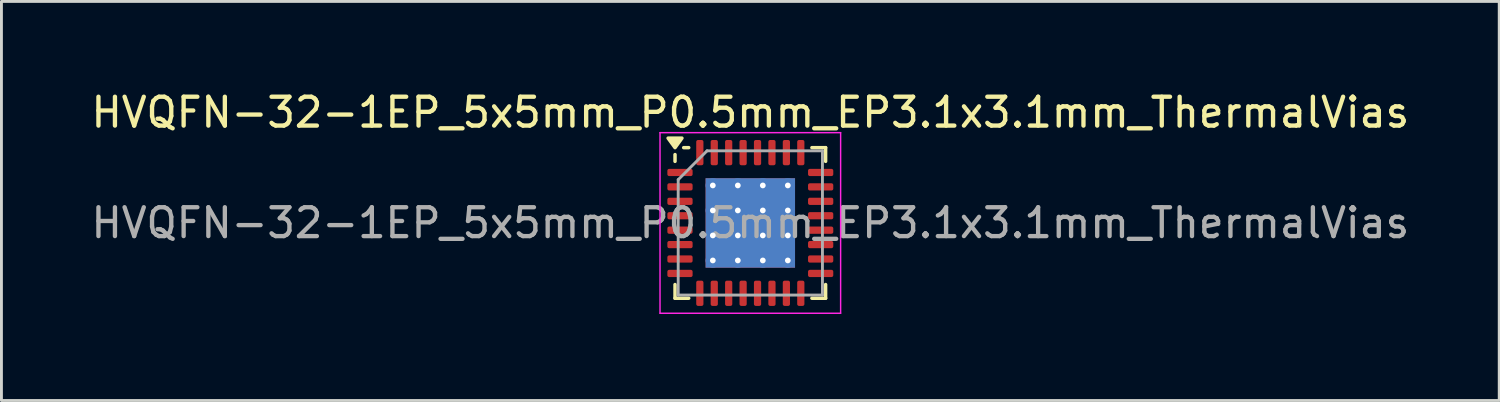
<source format=kicad_pcb>
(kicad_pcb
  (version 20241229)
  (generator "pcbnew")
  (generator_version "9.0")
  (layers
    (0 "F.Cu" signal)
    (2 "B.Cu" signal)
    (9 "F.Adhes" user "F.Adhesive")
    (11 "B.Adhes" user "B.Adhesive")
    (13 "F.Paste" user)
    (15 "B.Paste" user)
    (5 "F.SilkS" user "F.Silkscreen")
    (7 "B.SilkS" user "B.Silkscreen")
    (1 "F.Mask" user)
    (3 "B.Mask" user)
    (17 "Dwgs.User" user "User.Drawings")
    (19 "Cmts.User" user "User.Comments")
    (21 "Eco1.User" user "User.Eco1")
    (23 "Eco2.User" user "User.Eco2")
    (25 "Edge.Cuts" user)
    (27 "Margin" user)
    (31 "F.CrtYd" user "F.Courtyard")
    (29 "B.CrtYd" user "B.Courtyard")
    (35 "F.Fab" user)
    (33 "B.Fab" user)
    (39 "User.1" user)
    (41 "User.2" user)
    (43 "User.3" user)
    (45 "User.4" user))
  (footprint "HVQFN-32-1EP_5x5mm_P0.5mm_EP3.1x3.1mm_ThermalVias"
    (layer "F.Cu")
    (at 22.958 4.678)
    (property "Reference" "HVQFN-32-1EP_5x5mm_P0.5mm_EP3.1x3.1mm_ThermalVias" (at 0 -3.83 0) (layer "F.SilkS") (effects (font (size 1 1) (thickness 0.15))))
    (attr smd)
    (fp_line (start -2.61 -2.135) (end -2.61 -2.37) (stroke (width 0.12) (type solid)) (layer "F.SilkS"))
    (fp_line (start -2.61 2.61) (end -2.61 2.135) (stroke (width 0.12) (type solid)) (layer "F.SilkS"))
    (fp_line (start -2.135 -2.61) (end -2.31 -2.61) (stroke (width 0.12) (type solid)) (layer "F.SilkS"))
    (fp_line (start -2.135 2.61) (end -2.61 2.61) (stroke (width 0.12) (type solid)) (layer "F.SilkS"))
    (fp_line (start 2.135 -2.61) (end 2.61 -2.61) (stroke (width 0.12) (type solid)) (layer "F.SilkS"))
    (fp_line (start 2.135 2.61) (end 2.61 2.61) (stroke (width 0.12) (type solid)) (layer "F.SilkS"))
    (fp_line (start 2.61 -2.61) (end 2.61 -2.135) (stroke (width 0.12) (type solid)) (layer "F.SilkS"))
    (fp_line (start 2.61 2.61) (end 2.61 2.135) (stroke (width 0.12) (type solid)) (layer "F.SilkS"))
    (fp_poly (pts (xy -2.61 -2.61) (xy -2.85 -2.94) (xy -2.37 -2.94) (xy -2.61 -2.61)) (stroke (width 0.12) (type solid)) (fill yes) (layer "F.SilkS"))
    (fp_line (start -3.13 -3.13) (end -3.13 3.13) (stroke (width 0.05) (type solid)) (layer "F.CrtYd"))
    (fp_line (start -3.13 3.13) (end 3.13 3.13) (stroke (width 0.05) (type solid)) (layer "F.CrtYd"))
    (fp_line (start 3.13 -3.13) (end -3.13 -3.13) (stroke (width 0.05) (type solid)) (layer "F.CrtYd"))
    (fp_line (start 3.13 3.13) (end 3.13 -3.13) (stroke (width 0.05) (type solid)) (layer "F.CrtYd"))
    (fp_line (start -2.5 -1.5) (end -1.5 -2.5) (stroke (width 0.1) (type solid)) (layer "F.Fab"))
    (fp_line (start -2.5 2.5) (end -2.5 -1.5) (stroke (width 0.1) (type solid)) (layer "F.Fab"))
    (fp_line (start -1.5 -2.5) (end 2.5 -2.5) (stroke (width 0.1) (type solid)) (layer "F.Fab"))
    (fp_line (start 2.5 -2.5) (end 2.5 2.5) (stroke (width 0.1) (type solid)) (layer "F.Fab"))
    (fp_line (start 2.5 2.5) (end -2.5 2.5) (stroke (width 0.1) (type solid)) (layer "F.Fab"))
    (fp_text user "${REFERENCE}" (at 0 0 0) (layer "F.Fab") (effects (font (size 1 1) (thickness 0.15))))
    (pad "" smd custom (at -0.867 -0.867) (size 0.637 0.637) (layers "F.Paste") (options (anchor circle)) (primitives (gr_poly (pts (xy -0.254 -0.147) (xy -0.147 -0.254) (xy 0.147 -0.254) (xy 0.254 -0.147) (xy 0.254 0.147) (xy 0.147 0.254) (xy -0.147 0.254) (xy -0.254 0.147)) (width 0.258) (fill yes))))
    (pad "" smd custom (at -0.867 0) (size 0.637 0.637) (layers "F.Paste") (options (anchor circle)) (primitives (gr_poly (pts (xy -0.254 -0.147) (xy -0.147 -0.254) (xy 0.147 -0.254) (xy 0.254 -0.147) (xy 0.254 0.147) (xy 0.147 0.254) (xy -0.147 0.254) (xy -0.254 0.147)) (width 0.258) (fill yes))))
    (pad "" smd custom (at -0.867 0.867) (size 0.637 0.637) (layers "F.Paste") (options (anchor circle)) (primitives (gr_poly (pts (xy -0.254 -0.147) (xy -0.147 -0.254) (xy 0.147 -0.254) (xy 0.254 -0.147) (xy 0.254 0.147) (xy 0.147 0.254) (xy -0.147 0.254) (xy -0.254 0.147)) (width 0.258) (fill yes))))
    (pad "" smd custom (at 0 -0.867) (size 0.637 0.637) (layers "F.Paste") (options (anchor circle)) (primitives (gr_poly (pts (xy -0.254 -0.147) (xy -0.147 -0.254) (xy 0.147 -0.254) (xy 0.254 -0.147) (xy 0.254 0.147) (xy 0.147 0.254) (xy -0.147 0.254) (xy -0.254 0.147)) (width 0.258) (fill yes))))
    (pad "" smd custom (at 0 0) (size 0.637 0.637) (layers "F.Paste") (options (anchor circle)) (primitives (gr_poly (pts (xy -0.254 -0.147) (xy -0.147 -0.254) (xy 0.147 -0.254) (xy 0.254 -0.147) (xy 0.254 0.147) (xy 0.147 0.254) (xy -0.147 0.254) (xy -0.254 0.147)) (width 0.258) (fill yes))))
    (pad "" smd custom (at 0 0.867) (size 0.637 0.637) (layers "F.Paste") (options (anchor circle)) (primitives (gr_poly (pts (xy -0.254 -0.147) (xy -0.147 -0.254) (xy 0.147 -0.254) (xy 0.254 -0.147) (xy 0.254 0.147) (xy 0.147 0.254) (xy -0.147 0.254) (xy -0.254 0.147)) (width 0.258) (fill yes))))
    (pad "" smd custom (at 0.867 -0.867) (size 0.637 0.637) (layers "F.Paste") (options (anchor circle)) (primitives (gr_poly (pts (xy -0.254 -0.147) (xy -0.147 -0.254) (xy 0.147 -0.254) (xy 0.254 -0.147) (xy 0.254 0.147) (xy 0.147 0.254) (xy -0.147 0.254) (xy -0.254 0.147)) (width 0.258) (fill yes))))
    (pad "" smd custom (at 0.867 0) (size 0.637 0.637) (layers "F.Paste") (options (anchor circle)) (primitives (gr_poly (pts (xy -0.254 -0.147) (xy -0.147 -0.254) (xy 0.147 -0.254) (xy 0.254 -0.147) (xy 0.254 0.147) (xy 0.147 0.254) (xy -0.147 0.254) (xy -0.254 0.147)) (width 0.258) (fill yes))))
    (pad "" smd custom (at 0.867 0.867) (size 0.637 0.637) (layers "F.Paste") (options (anchor circle)) (primitives (gr_poly (pts (xy -0.254 -0.147) (xy -0.147 -0.254) (xy 0.147 -0.254) (xy 0.254 -0.147) (xy 0.254 0.147) (xy 0.147 0.254) (xy -0.147 0.254) (xy -0.254 0.147)) (width 0.258) (fill yes))))
    (pad "1" smd roundrect (at -2.438 -1.75) (size 0.875 0.25) (layers "F.Cu" "F.Mask" "F.Paste") (roundrect_rratio 0.25))
    (pad "2" smd roundrect (at -2.438 -1.25) (size 0.875 0.25) (layers "F.Cu" "F.Mask" "F.Paste") (roundrect_rratio 0.25))
    (pad "3" smd roundrect (at -2.438 -0.75) (size 0.875 0.25) (layers "F.Cu" "F.Mask" "F.Paste") (roundrect_rratio 0.25))
    (pad "4" smd roundrect (at -2.438 -0.25) (size 0.875 0.25) (layers "F.Cu" "F.Mask" "F.Paste") (roundrect_rratio 0.25))
    (pad "5" smd roundrect (at -2.438 0.25) (size 0.875 0.25) (layers "F.Cu" "F.Mask" "F.Paste") (roundrect_rratio 0.25))
    (pad "6" smd roundrect (at -2.438 0.75) (size 0.875 0.25) (layers "F.Cu" "F.Mask" "F.Paste") (roundrect_rratio 0.25))
    (pad "7" smd roundrect (at -2.438 1.25) (size 0.875 0.25) (layers "F.Cu" "F.Mask" "F.Paste") (roundrect_rratio 0.25))
    (pad "8" smd roundrect (at -2.438 1.75) (size 0.875 0.25) (layers "F.Cu" "F.Mask" "F.Paste") (roundrect_rratio 0.25))
    (pad "9" smd roundrect (at -1.75 2.438) (size 0.25 0.875) (layers "F.Cu" "F.Mask" "F.Paste") (roundrect_rratio 0.25))
    (pad "10" smd roundrect (at -1.25 2.438) (size 0.25 0.875) (layers "F.Cu" "F.Mask" "F.Paste") (roundrect_rratio 0.25))
    (pad "11" smd roundrect (at -0.75 2.438) (size 0.25 0.875) (layers "F.Cu" "F.Mask" "F.Paste") (roundrect_rratio 0.25))
    (pad "12" smd roundrect (at -0.25 2.438) (size 0.25 0.875) (layers "F.Cu" "F.Mask" "F.Paste") (roundrect_rratio 0.25))
    (pad "13" smd roundrect (at 0.25 2.438) (size 0.25 0.875) (layers "F.Cu" "F.Mask" "F.Paste") (roundrect_rratio 0.25))
    (pad "14" smd roundrect (at 0.75 2.438) (size 0.25 0.875) (layers "F.Cu" "F.Mask" "F.Paste") (roundrect_rratio 0.25))
    (pad "15" smd roundrect (at 1.25 2.438) (size 0.25 0.875) (layers "F.Cu" "F.Mask" "F.Paste") (roundrect_rratio 0.25))
    (pad "16" smd roundrect (at 1.75 2.438) (size 0.25 0.875) (layers "F.Cu" "F.Mask" "F.Paste") (roundrect_rratio 0.25))
    (pad "17" smd roundrect (at 2.438 1.75) (size 0.875 0.25) (layers "F.Cu" "F.Mask" "F.Paste") (roundrect_rratio 0.25))
    (pad "18" smd roundrect (at 2.438 1.25) (size 0.875 0.25) (layers "F.Cu" "F.Mask" "F.Paste") (roundrect_rratio 0.25))
    (pad "19" smd roundrect (at 2.438 0.75) (size 0.875 0.25) (layers "F.Cu" "F.Mask" "F.Paste") (roundrect_rratio 0.25))
    (pad "20" smd roundrect (at 2.438 0.25) (size 0.875 0.25) (layers "F.Cu" "F.Mask" "F.Paste") (roundrect_rratio 0.25))
    (pad "21" smd roundrect (at 2.438 -0.25) (size 0.875 0.25) (layers "F.Cu" "F.Mask" "F.Paste") (roundrect_rratio 0.25))
    (pad "22" smd roundrect (at 2.438 -0.75) (size 0.875 0.25) (layers "F.Cu" "F.Mask" "F.Paste") (roundrect_rratio 0.25))
    (pad "23" smd roundrect (at 2.438 -1.25) (size 0.875 0.25) (layers "F.Cu" "F.Mask" "F.Paste") (roundrect_rratio 0.25))
    (pad "24" smd roundrect (at 2.438 -1.75) (size 0.875 0.25) (layers "F.Cu" "F.Mask" "F.Paste") (roundrect_rratio 0.25))
    (pad "25" smd roundrect (at 1.75 -2.438) (size 0.25 0.875) (layers "F.Cu" "F.Mask" "F.Paste") (roundrect_rratio 0.25))
    (pad "26" smd roundrect (at 1.25 -2.438) (size 0.25 0.875) (layers "F.Cu" "F.Mask" "F.Paste") (roundrect_rratio 0.25))
    (pad "27" smd roundrect (at 0.75 -2.438) (size 0.25 0.875) (layers "F.Cu" "F.Mask" "F.Paste") (roundrect_rratio 0.25))
    (pad "28" smd roundrect (at 0.25 -2.438) (size 0.25 0.875) (layers "F.Cu" "F.Mask" "F.Paste") (roundrect_rratio 0.25))
    (pad "29" smd roundrect (at -0.25 -2.438) (size 0.25 0.875) (layers "F.Cu" "F.Mask" "F.Paste") (roundrect_rratio 0.25))
    (pad "30" smd roundrect (at -0.75 -2.438) (size 0.25 0.875) (layers "F.Cu" "F.Mask" "F.Paste") (roundrect_rratio 0.25))
    (pad "31" smd roundrect (at -1.25 -2.438) (size 0.25 0.875) (layers "F.Cu" "F.Mask" "F.Paste") (roundrect_rratio 0.25))
    (pad "32" smd roundrect (at -1.75 -2.438) (size 0.25 0.875) (layers "F.Cu" "F.Mask" "F.Paste") (roundrect_rratio 0.25))
    (pad "33" thru_hole circle (at -1.3 -1.3) (size 0.5 0.5) (drill 0.2) (property pad_prop_heatsink) (layers "*.Cu"))
    (pad "33" thru_hole circle (at -1.3 -0.433) (size 0.5 0.5) (drill 0.2) (property pad_prop_heatsink) (layers "*.Cu"))
    (pad "33" thru_hole circle (at -1.3 0.433) (size 0.5 0.5) (drill 0.2) (property pad_prop_heatsink) (layers "*.Cu"))
    (pad "33" thru_hole circle (at -1.3 1.3) (size 0.5 0.5) (drill 0.2) (property pad_prop_heatsink) (layers "*.Cu"))
    (pad "33" thru_hole circle (at -0.433 -1.3) (size 0.5 0.5) (drill 0.2) (property pad_prop_heatsink) (layers "*.Cu"))
    (pad "33" thru_hole circle (at -0.433 -0.433) (size 0.5 0.5) (drill 0.2) (property pad_prop_heatsink) (layers "*.Cu"))
    (pad "33" thru_hole circle (at -0.433 0.433) (size 0.5 0.5) (drill 0.2) (property pad_prop_heatsink) (layers "*.Cu"))
    (pad "33" thru_hole circle (at -0.433 1.3) (size 0.5 0.5) (drill 0.2) (property pad_prop_heatsink) (layers "*.Cu"))
    (pad "33" smd rect (at 0 0) (size 3.1 3.1) (property pad_prop_heatsink) (layers "F.Cu" "F.Mask"))
    (pad "33" smd rect (at 0 0) (size 3.1 3.1) (property pad_prop_heatsink) (layers "B.Cu"))
    (pad "33" thru_hole circle (at 0.433 -1.3) (size 0.5 0.5) (drill 0.2) (property pad_prop_heatsink) (layers "*.Cu"))
    (pad "33" thru_hole circle (at 0.433 -0.433) (size 0.5 0.5) (drill 0.2) (property pad_prop_heatsink) (layers "*.Cu"))
    (pad "33" thru_hole circle (at 0.433 0.433) (size 0.5 0.5) (drill 0.2) (property pad_prop_heatsink) (layers "*.Cu"))
    (pad "33" thru_hole circle (at 0.433 1.3) (size 0.5 0.5) (drill 0.2) (property pad_prop_heatsink) (layers "*.Cu"))
    (pad "33" thru_hole circle (at 1.3 -1.3) (size 0.5 0.5) (drill 0.2) (property pad_prop_heatsink) (layers "*.Cu"))
    (pad "33" thru_hole circle (at 1.3 -0.433) (size 0.5 0.5) (drill 0.2) (property pad_prop_heatsink) (layers "*.Cu"))
    (pad "33" thru_hole circle (at 1.3 0.433) (size 0.5 0.5) (drill 0.2) (property pad_prop_heatsink) (layers "*.Cu"))
    (pad "33" thru_hole circle (at 1.3 1.3) (size 0.5 0.5) (drill 0.2) (property pad_prop_heatsink) (layers "*.Cu")))
  (gr_rect
    (start -3 -3)
    (end 48.917 10.833)
    (stroke (width 0.1) (type default))
    (fill no)
    (layer "Edge.Cuts")))
</source>
